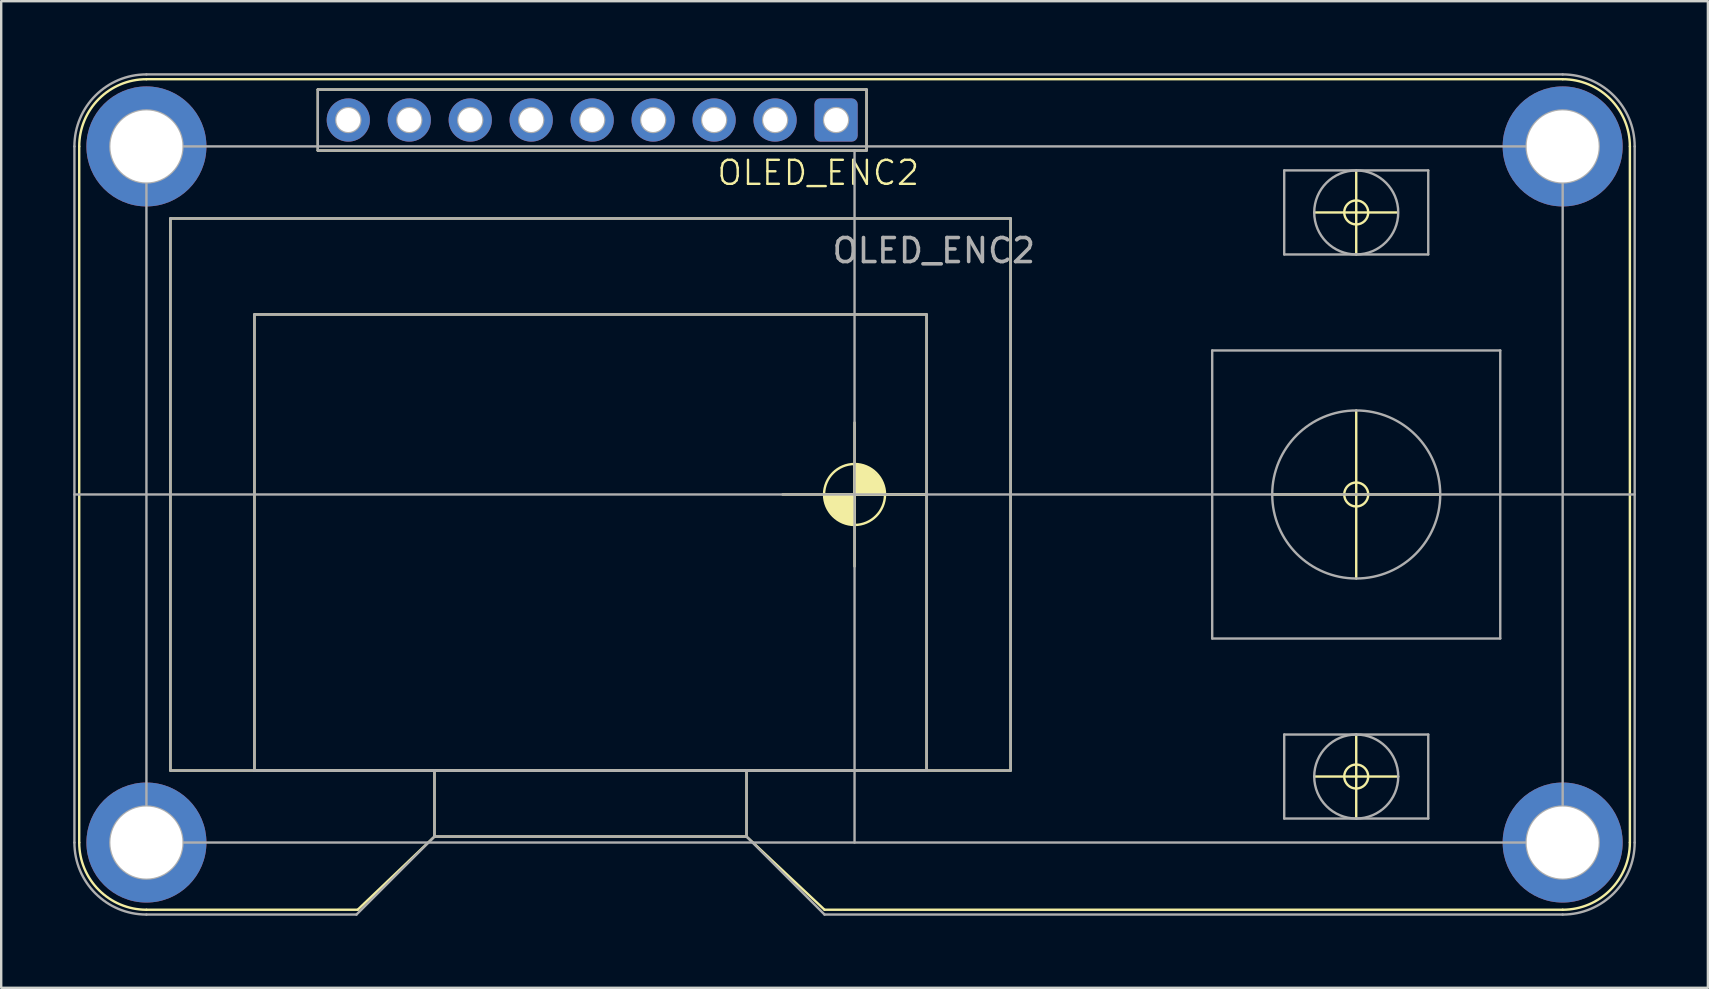
<source format=kicad_pcb>
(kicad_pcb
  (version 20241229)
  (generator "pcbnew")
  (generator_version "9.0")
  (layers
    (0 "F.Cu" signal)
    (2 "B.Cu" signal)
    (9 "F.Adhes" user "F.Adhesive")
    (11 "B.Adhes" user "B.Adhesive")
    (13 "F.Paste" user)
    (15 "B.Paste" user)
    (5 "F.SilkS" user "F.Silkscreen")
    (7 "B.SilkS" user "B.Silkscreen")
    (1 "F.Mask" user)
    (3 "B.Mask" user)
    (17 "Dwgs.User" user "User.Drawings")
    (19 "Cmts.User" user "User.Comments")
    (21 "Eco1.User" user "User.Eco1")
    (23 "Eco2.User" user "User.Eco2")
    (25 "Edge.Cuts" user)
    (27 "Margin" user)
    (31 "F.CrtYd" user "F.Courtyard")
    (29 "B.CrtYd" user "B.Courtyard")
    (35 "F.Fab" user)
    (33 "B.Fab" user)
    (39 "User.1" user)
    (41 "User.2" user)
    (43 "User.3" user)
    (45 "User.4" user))
  (footprint "OLED_ENC2"
    (layer "F.Cu")
    (at 32.55 17.55)
    (property "Reference" "OLED_ENC2" (at -1.51 -13.4 0) (unlocked yes) (layer "F.SilkS") (effects (font (size 1 1) (thickness 0.1))))
    (attr smd)
    (fp_line (start -32.3 -14.5) (end -32.3 14.5) (stroke (width 0.1) (type solid)) (layer "F.SilkS"))
    (fp_line (start -29.5 17.3) (end -20.7 17.3) (stroke (width 0.1) (type solid)) (layer "F.SilkS"))
    (fp_line (start -28.5 -11.5) (end -28.5 11.5) (stroke (width 0.1) (type default)) (layer "F.SilkS"))
    (fp_line (start -28.5 11.5) (end 6.5 11.5) (stroke (width 0.1) (type default)) (layer "F.SilkS"))
    (fp_line (start -25 -7.5) (end -25 11.5) (stroke (width 0.1) (type default)) (layer "F.SilkS"))
    (fp_line (start -25 11.5) (end 3 11.5) (stroke (width 0.1) (type default)) (layer "F.SilkS"))
    (fp_line (start -22.36 -16.87) (end -22.36 -14.33) (stroke (width 0.1) (type default)) (layer "F.SilkS"))
    (fp_line (start -22.36 -14.33) (end 0 -14.33) (stroke (width 0.1) (type default)) (layer "F.SilkS"))
    (fp_line (start -20.7 17.3) (end -17.5 14.25) (stroke (width 0.1) (type default)) (layer "F.SilkS"))
    (fp_line (start -17.5 14.25) (end -17.5 11.5) (stroke (width 0.1) (type default)) (layer "F.SilkS"))
    (fp_line (start -17.5 14.25) (end -4.5 14.25) (stroke (width 0.1) (type default)) (layer "F.SilkS"))
    (fp_line (start -4.5 14.25) (end -4.5 11.5) (stroke (width 0.1) (type default)) (layer "F.SilkS"))
    (fp_line (start -4.5 14.25) (end -1.25 17.3) (stroke (width 0.1) (type default)) (layer "F.SilkS"))
    (fp_line (start -1.25 17.3) (end 29.5 17.3) (stroke (width 0.1) (type default)) (layer "F.SilkS"))
    (fp_line (start 0 0) (end -2.997 0) (stroke (width 0.1) (type default)) (layer "F.SilkS"))
    (fp_line (start 0 0) (end 0 -2.997) (stroke (width 0.1) (type default)) (layer "F.SilkS"))
    (fp_line (start 0 0) (end 0 2.997) (stroke (width 0.1) (type default)) (layer "F.SilkS"))
    (fp_line (start 0 0) (end 2.997 0) (stroke (width 0.1) (type default)) (layer "F.SilkS"))
    (fp_line (start 0.5 -16.87) (end -22.36 -16.87) (stroke (width 0.1) (type default)) (layer "F.SilkS"))
    (fp_line (start 0.5 -14.33) (end 0 -14.33) (stroke (width 0.1) (type default)) (layer "F.SilkS"))
    (fp_line (start 0.5 -14.33) (end 0.5 -16.87) (stroke (width 0.1) (type default)) (layer "F.SilkS"))
    (fp_line (start 2.997 0) (end 0 0) (stroke (width 0.1) (type default)) (layer "F.SilkS"))
    (fp_line (start 3 -7.5) (end -25 -7.5) (stroke (width 0.1) (type default)) (layer "F.SilkS"))
    (fp_line (start 3 11.5) (end 3 -7.5) (stroke (width 0.1) (type default)) (layer "F.SilkS"))
    (fp_line (start 6.5 -11.5) (end -28.5 -11.5) (stroke (width 0.1) (type default)) (layer "F.SilkS"))
    (fp_line (start 6.5 11.5) (end 6.5 -11.5) (stroke (width 0.1) (type default)) (layer "F.SilkS"))
    (fp_line (start 20.9 -11.75) (end 19.15 -11.75) (stroke (width 0.1) (type default)) (layer "F.SilkS"))
    (fp_line (start 20.9 -11.75) (end 20.9 -13.5) (stroke (width 0.1) (type default)) (layer "F.SilkS"))
    (fp_line (start 20.9 -11.75) (end 20.9 -10) (stroke (width 0.1) (type default)) (layer "F.SilkS"))
    (fp_line (start 20.9 -11.75) (end 22.606 -11.75) (stroke (width 0.1) (type default)) (layer "F.SilkS"))
    (fp_line (start 20.9 0) (end 17.4 0) (stroke (width 0.1) (type default)) (layer "F.SilkS"))
    (fp_line (start 20.9 0) (end 20.9 -3.5) (stroke (width 0.1) (type default)) (layer "F.SilkS"))
    (fp_line (start 20.9 0) (end 20.9 3.5) (stroke (width 0.1) (type default)) (layer "F.SilkS"))
    (fp_line (start 20.9 0) (end 24.4 0) (stroke (width 0.1) (type default)) (layer "F.SilkS"))
    (fp_line (start 20.9 11.75) (end 19.15 11.75) (stroke (width 0.1) (type default)) (layer "F.SilkS"))
    (fp_line (start 20.9 11.75) (end 20.9 10) (stroke (width 0.1) (type default)) (layer "F.SilkS"))
    (fp_line (start 20.9 11.75) (end 20.9 13.5) (stroke (width 0.1) (type default)) (layer "F.SilkS"))
    (fp_line (start 20.9 11.75) (end 22.65 11.75) (stroke (width 0.1) (type default)) (layer "F.SilkS"))
    (fp_line (start 29.5 -17.3) (end -29.5 -17.3) (stroke (width 0.1) (type solid)) (layer "F.SilkS"))
    (fp_line (start 32.3 14.5) (end 32.3 -14.5) (stroke (width 0.1) (type solid)) (layer "F.SilkS"))
    (fp_arc (start -32.3 -14.5) (mid -31.479899 -16.479899) (end -29.5 -17.3) (stroke (width 0.1) (type solid)) (layer "F.SilkS"))
    (fp_arc (start -29.5 17.3) (mid -31.479899 16.479899) (end -32.3 14.5) (stroke (width 0.1) (type solid)) (layer "F.SilkS"))
    (fp_arc (start 29.5 -17.3) (mid 31.479899 -16.479899) (end 32.3 -14.5) (stroke (width 0.1) (type solid)) (layer "F.SilkS"))
    (fp_arc (start 32.3 14.5) (mid 31.479899 16.479899) (end 29.5 17.3) (stroke (width 0.1) (type solid)) (layer "F.SilkS"))
    (fp_circle (center 0 0) (end -1.27 0) (stroke (width 0.1) (type solid)) (fill no) (layer "F.SilkS"))
    (fp_circle (center 20.9 -11.75) (end 21.4 -11.75) (stroke (width 0.1) (type solid)) (fill no) (layer "F.SilkS"))
    (fp_circle (center 20.9 0) (end 21.4 0) (stroke (width 0.1) (type solid)) (fill no) (layer "F.SilkS"))
    (fp_circle (center 20.9 11.75) (end 21.4 11.75) (stroke (width 0.1) (type solid)) (fill no) (layer "F.SilkS"))
    (fp_poly (pts (xy 0 0) (xy 0 -1.27) (xy 0.584 -1.092) (xy 1.092 -0.584) (xy 1.27 0)) (stroke (width 0.1) (type solid)) (fill yes) (layer "F.SilkS"))
    (fp_poly (pts (xy 0 0) (xy 0 1.27) (xy -0.584 1.092) (xy -1.092 0.584) (xy -1.27 0)) (stroke (width 0.1) (type solid)) (fill yes) (layer "F.SilkS"))
    (fp_line (start -32.5 -14.5) (end -32.5 14.5) (stroke (width 0.1) (type solid)) (layer "F.Fab"))
    (fp_line (start -29.5 -14.5) (end -29.5 14.5) (stroke (width 0.1) (type default)) (layer "F.Fab"))
    (fp_line (start -29.5 14.5) (end 29.5 14.5) (stroke (width 0.1) (type default)) (layer "F.Fab"))
    (fp_line (start -29.5 17.5) (end -20.75 17.5) (stroke (width 0.1) (type solid)) (layer "F.Fab"))
    (fp_line (start -28.5 -11.5) (end -28.5 11.5) (stroke (width 0.1) (type default)) (layer "F.Fab"))
    (fp_line (start -28.5 11.5) (end 6.5 11.5) (stroke (width 0.1) (type default)) (layer "F.Fab"))
    (fp_line (start -25 -7.5) (end -25 11.5) (stroke (width 0.1) (type default)) (layer "F.Fab"))
    (fp_line (start -25 11.5) (end 3 11.5) (stroke (width 0.1) (type default)) (layer "F.Fab"))
    (fp_line (start -22.36 -16.87) (end -22.36 -14.33) (stroke (width 0.1) (type default)) (layer "F.Fab"))
    (fp_line (start -22.36 -14.33) (end 0 -14.33) (stroke (width 0.1) (type default)) (layer "F.Fab"))
    (fp_line (start -20.75 17.5) (end -17.5 14.25) (stroke (width 0.1) (type default)) (layer "F.Fab"))
    (fp_line (start -17.5 14.25) (end -17.5 11.5) (stroke (width 0.1) (type default)) (layer "F.Fab"))
    (fp_line (start -17.5 14.25) (end -4.5 14.25) (stroke (width 0.1) (type default)) (layer "F.Fab"))
    (fp_line (start -4.5 14.25) (end -4.5 11.5) (stroke (width 0.1) (type default)) (layer "F.Fab"))
    (fp_line (start -4.5 14.25) (end -1.25 17.5) (stroke (width 0.1) (type default)) (layer "F.Fab"))
    (fp_line (start -1.25 17.5) (end 29.5 17.5) (stroke (width 0.1) (type default)) (layer "F.Fab"))
    (fp_line (start 0 -14.33) (end 0 0) (stroke (width 0.1) (type default)) (layer "F.Fab"))
    (fp_line (start 0 0) (end -32.5 0) (stroke (width 0.1) (type default)) (layer "F.Fab"))
    (fp_line (start 0 0) (end 0 14.5) (stroke (width 0.1) (type default)) (layer "F.Fab"))
    (fp_line (start 0 0) (end 32.5 0) (stroke (width 0.1) (type default)) (layer "F.Fab"))
    (fp_line (start 0.5 -16.87) (end -22.36 -16.87) (stroke (width 0.1) (type default)) (layer "F.Fab"))
    (fp_line (start 0.5 -14.33) (end 0 -14.33) (stroke (width 0.1) (type default)) (layer "F.Fab"))
    (fp_line (start 0.5 -14.33) (end 0.5 -16.87) (stroke (width 0.1) (type default)) (layer "F.Fab"))
    (fp_line (start 3 -7.5) (end -25 -7.5) (stroke (width 0.1) (type default)) (layer "F.Fab"))
    (fp_line (start 3 11.5) (end 3 -7.5) (stroke (width 0.1) (type default)) (layer "F.Fab"))
    (fp_line (start 6.5 -11.5) (end -28.5 -11.5) (stroke (width 0.1) (type default)) (layer "F.Fab"))
    (fp_line (start 6.5 11.5) (end 6.5 -11.5) (stroke (width 0.1) (type default)) (layer "F.Fab"))
    (fp_line (start 14.9 -6) (end 14.9 6) (stroke (width 0.1) (type default)) (layer "F.Fab"))
    (fp_line (start 14.9 6) (end 26.9 6) (stroke (width 0.1) (type default)) (layer "F.Fab"))
    (fp_line (start 17.9 -13.5) (end 17.9 -10) (stroke (width 0.1) (type default)) (layer "F.Fab"))
    (fp_line (start 17.9 -10) (end 23.9 -10) (stroke (width 0.1) (type default)) (layer "F.Fab"))
    (fp_line (start 17.9 10) (end 17.9 13.5) (stroke (width 0.1) (type default)) (layer "F.Fab"))
    (fp_line (start 17.9 13.5) (end 23.9 13.5) (stroke (width 0.1) (type default)) (layer "F.Fab"))
    (fp_line (start 23.9 -13.5) (end 17.9 -13.5) (stroke (width 0.1) (type default)) (layer "F.Fab"))
    (fp_line (start 23.9 -10) (end 23.9 -13.5) (stroke (width 0.1) (type default)) (layer "F.Fab"))
    (fp_line (start 23.9 10) (end 17.9 10) (stroke (width 0.1) (type default)) (layer "F.Fab"))
    (fp_line (start 23.9 13.5) (end 23.9 10) (stroke (width 0.1) (type default)) (layer "F.Fab"))
    (fp_line (start 26.9 -6) (end 14.9 -6) (stroke (width 0.1) (type default)) (layer "F.Fab"))
    (fp_line (start 26.9 6) (end 26.9 -6) (stroke (width 0.1) (type default)) (layer "F.Fab"))
    (fp_line (start 29.5 -17.5) (end -29.5 -17.5) (stroke (width 0.1) (type solid)) (layer "F.Fab"))
    (fp_line (start 29.5 -14.5) (end -29.5 -14.5) (stroke (width 0.1) (type default)) (layer "F.Fab"))
    (fp_line (start 29.5 14.5) (end 29.5 -14.5) (stroke (width 0.1) (type default)) (layer "F.Fab"))
    (fp_line (start 32.5 14.5) (end 32.5 -14.5) (stroke (width 0.1) (type solid)) (layer "F.Fab"))
    (fp_arc (start -32.5 -14.5) (mid -31.62132 -16.62132) (end -29.5 -17.5) (stroke (width 0.1) (type solid)) (layer "F.Fab"))
    (fp_arc (start -29.5 17.5) (mid -31.62132 16.62132) (end -32.5 14.5) (stroke (width 0.1) (type solid)) (layer "F.Fab"))
    (fp_arc (start 29.5 -17.5) (mid 31.62132 -16.62132) (end 32.5 -14.5) (stroke (width 0.1) (type solid)) (layer "F.Fab"))
    (fp_arc (start 32.5 14.5) (mid 31.62132 16.62132) (end 29.5 17.5) (stroke (width 0.1) (type solid)) (layer "F.Fab"))
    (fp_circle (center -29.5 -14.5) (end -28 -14.5) (stroke (width 0.1) (type solid)) (fill no) (layer "F.Fab"))
    (fp_circle (center -29.5 14.5) (end -28 14.5) (stroke (width 0.1) (type solid)) (fill no) (layer "F.Fab"))
    (fp_circle (center -21.09 -15.6) (end -20.59 -15.6) (stroke (width 0.1) (type default)) (fill no) (layer "F.Fab"))
    (fp_circle (center -18.55 -15.6) (end -18.05 -15.6) (stroke (width 0.1) (type default)) (fill no) (layer "F.Fab"))
    (fp_circle (center -16.01 -15.6) (end -15.51 -15.6) (stroke (width 0.1) (type solid)) (fill no) (layer "F.Fab"))
    (fp_circle (center -13.47 -15.6) (end -12.97 -15.6) (stroke (width 0.1) (type solid)) (fill no) (layer "F.Fab"))
    (fp_circle (center -10.93 -15.6) (end -10.43 -15.6) (stroke (width 0.1) (type solid)) (fill no) (layer "F.Fab"))
    (fp_circle (center -8.39 -15.6) (end -7.89 -15.6) (stroke (width 0.1) (type solid)) (fill no) (layer "F.Fab"))
    (fp_circle (center -5.85 -15.6) (end -5.35 -15.6) (stroke (width 0.1) (type solid)) (fill no) (layer "F.Fab"))
    (fp_circle (center -3.31 -15.6) (end -2.81 -15.6) (stroke (width 0.1) (type solid)) (fill no) (layer "F.Fab"))
    (fp_circle (center -0.77 -15.6) (end -0.27 -15.6) (stroke (width 0.1) (type solid)) (fill no) (layer "F.Fab"))
    (fp_circle (center 20.9 -11.75) (end 22.65 -11.75) (stroke (width 0.1) (type solid)) (fill no) (layer "F.Fab"))
    (fp_circle (center 20.9 0) (end 24.4 0) (stroke (width 0.1) (type solid)) (fill no) (layer "F.Fab"))
    (fp_circle (center 20.9 11.75) (end 22.65 11.75) (stroke (width 0.1) (type solid)) (fill no) (layer "F.Fab"))
    (fp_circle (center 29.5 -14.5) (end 31 -14.5) (stroke (width 0.1) (type solid)) (fill no) (layer "F.Fab"))
    (fp_circle (center 29.5 14.5) (end 31 14.5) (stroke (width 0.1) (type solid)) (fill no) (layer "F.Fab"))
    (fp_text user "${REFERENCE}" (at 3.302 -10.16 0) (unlocked yes) (layer "F.Fab") (effects (font (size 1 1) (thickness 0.15))))
    (pad "" thru_hole circle (at -29.5 -14.5) (size 5 5) (drill 3) (layers "*.Cu" "*.Mask"))
    (pad "" thru_hole circle (at -29.5 14.5) (size 5 5) (drill 3) (layers "*.Cu" "*.Mask"))
    (pad "" thru_hole circle (at 29.5 -14.5) (size 5 5) (drill 3) (layers "*.Cu" "*.Mask"))
    (pad "" thru_hole circle (at 29.5 14.5) (size 5 5) (drill 3) (layers "*.Cu" "*.Mask"))
    (pad "1" thru_hole roundrect (at -0.77 -15.6) (size 1.8 1.8) (drill 1) (layers "*.Cu" "*.Mask") (roundrect_rratio 0.139))
    (pad "2" thru_hole circle (at -3.31 -15.6) (size 1.8 1.8) (drill 1) (layers "*.Cu" "*.Mask"))
    (pad "3" thru_hole circle (at -5.85 -15.6) (size 1.8 1.8) (drill 1) (layers "*.Cu" "*.Mask"))
    (pad "4" thru_hole circle (at -8.39 -15.6) (size 1.8 1.8) (drill 1) (layers "*.Cu" "*.Mask"))
    (pad "5" thru_hole circle (at -10.93 -15.6) (size 1.8 1.8) (drill 1) (layers "*.Cu" "*.Mask"))
    (pad "6" thru_hole circle (at -13.47 -15.6) (size 1.8 1.8) (drill 1) (layers "*.Cu" "*.Mask"))
    (pad "7" thru_hole circle (at -16.01 -15.6) (size 1.8 1.8) (drill 1) (layers "*.Cu" "*.Mask"))
    (pad "8" thru_hole circle (at -18.55 -15.6) (size 1.8 1.8) (drill 1) (layers "*.Cu" "*.Mask"))
    (pad "9" thru_hole circle (at -21.09 -15.6) (size 1.8 1.8) (drill 1) (layers "*.Cu" "*.Mask")))
  (gr_rect
    (start -3 -3)
    (end 68.1 38.1)
    (stroke (width 0.1) (type default))
    (fill no)
    (layer "Edge.Cuts")))
</source>
